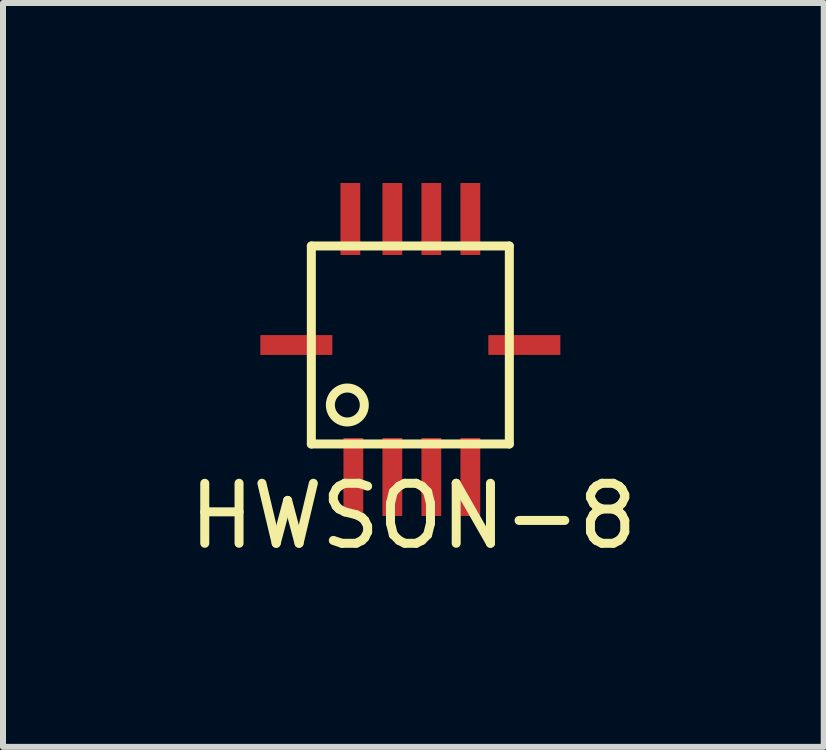
<source format=kicad_pcb>
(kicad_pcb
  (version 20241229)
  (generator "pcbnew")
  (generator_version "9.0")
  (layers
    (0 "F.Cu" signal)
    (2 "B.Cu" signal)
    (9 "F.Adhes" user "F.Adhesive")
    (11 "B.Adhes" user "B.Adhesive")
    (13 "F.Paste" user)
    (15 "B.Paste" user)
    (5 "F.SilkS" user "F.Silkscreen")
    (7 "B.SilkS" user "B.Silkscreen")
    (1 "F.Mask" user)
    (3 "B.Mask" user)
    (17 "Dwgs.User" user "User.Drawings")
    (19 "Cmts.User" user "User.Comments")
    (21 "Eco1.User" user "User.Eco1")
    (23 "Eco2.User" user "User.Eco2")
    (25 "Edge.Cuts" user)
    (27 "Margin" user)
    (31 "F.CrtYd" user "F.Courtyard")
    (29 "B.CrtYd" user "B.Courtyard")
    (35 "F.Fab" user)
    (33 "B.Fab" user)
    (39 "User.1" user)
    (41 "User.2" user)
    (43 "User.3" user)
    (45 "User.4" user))
  (footprint "HWSON-8"
    (layer "F.Cu")
    (at 3.839 2.65)
    (property "Reference" "HWSON-8" (at 0 2.9 0) (layer "F.SilkS") (effects (font (size 1 1) (thickness 0.15))))
    (attr through_hole)
    (fp_line (start -1.7 -1.6) (end 1.6 -1.6) (stroke (width 0.15) (type solid)) (layer "F.SilkS"))
    (fp_line (start -1.7 1.7) (end -1.7 -1.6) (stroke (width 0.15) (type solid)) (layer "F.SilkS"))
    (fp_line (start 1.6 1.7) (end -1.7 1.7) (stroke (width 0.15) (type solid)) (layer "F.SilkS"))
    (fp_line (start 1.6 1.7) (end 1.6 -1.6) (stroke (width 0.15) (type solid)) (layer "F.SilkS"))
    (fp_circle (center -1.1 1.05) (end -0.9 1.25) (stroke (width 0.15) (type solid)) (fill no) (layer "F.SilkS"))
    (pad "1" smd rect (at -1 2.25) (size 0.33 1.3) (layers "F.Cu" "F.Mask" "F.Paste"))
    (pad "1" smd rect (at -0.35 2.25) (size 0.33 1.3) (layers "F.Cu" "F.Mask" "F.Paste"))
    (pad "1" smd rect (at 0.3 2.25) (size 0.33 1.3) (layers "F.Cu" "F.Mask" "F.Paste"))
    (pad "2" smd rect (at 0.95 2.25) (size 0.33 1.3) (layers "F.Cu" "F.Mask" "F.Paste"))
    (pad "3" smd rect (at -1.95 0.05 90) (size 0.33 1.2) (layers "F.Cu" "F.Mask" "F.Paste"))
    (pad "3" smd rect (at -1.05 -2.05) (size 0.33 1.2) (layers "F.Cu" "F.Mask" "F.Paste"))
    (pad "3" smd rect (at -0.35 -2.05) (size 0.33 1.2) (layers "F.Cu" "F.Mask" "F.Paste"))
    (pad "3" smd rect (at 0.3 -2.05) (size 0.33 1.2) (layers "F.Cu" "F.Mask" "F.Paste"))
    (pad "3" smd rect (at 0.95 -2.05) (size 0.33 1.2) (layers "F.Cu" "F.Mask" "F.Paste"))
    (pad "3" smd rect (at 1.85 0.05 90) (size 0.33 1.2) (layers "F.Cu" "F.Mask" "F.Paste")))
  (gr_rect
    (start -3 -3)
    (end 10.679 9.398)
    (stroke (width 0.1) (type default))
    (fill no)
    (layer "Edge.Cuts")))
</source>
